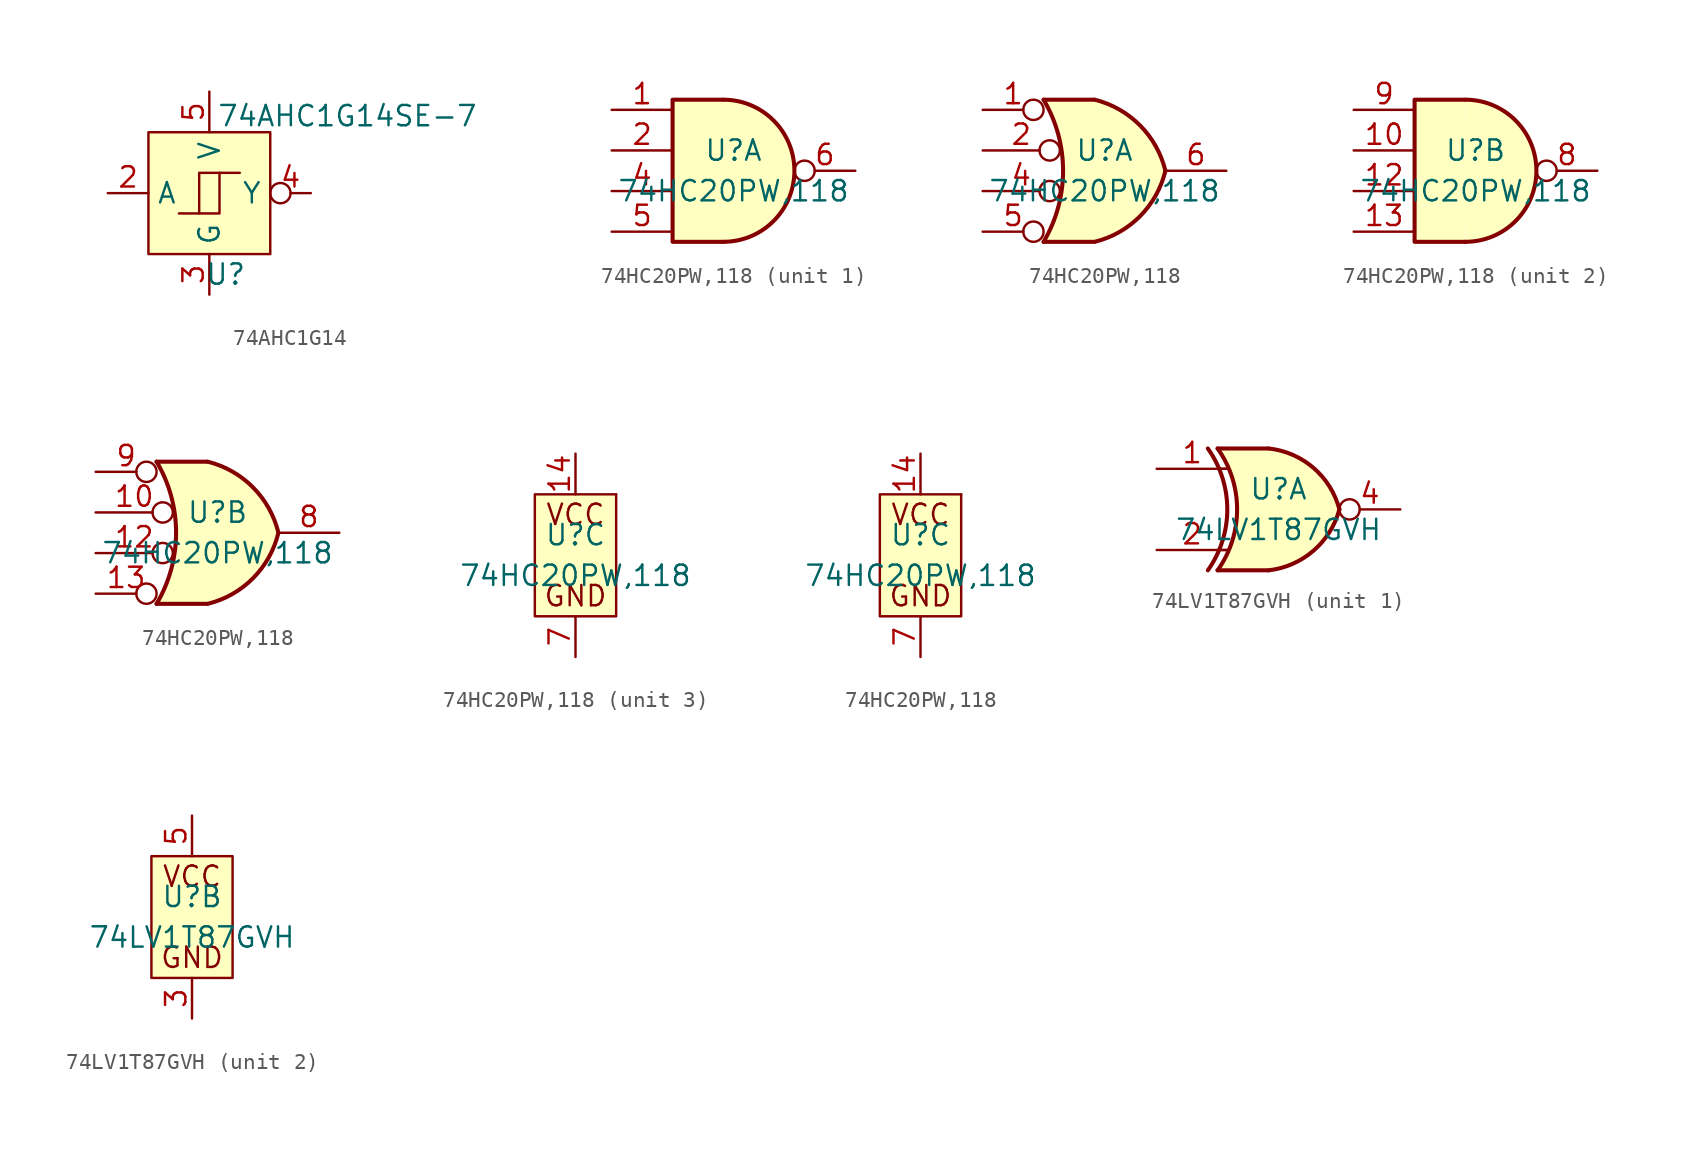
<source format=kicad_sym>
(kicad_symbol_lib
  (version 20231120)
  (generator "kicad_symbol_editor")
  (generator_version "8.0")
  (symbol "74AHC1G14"
    (property "Reference" "U"
      (at 1.016 -5.08 0)
      (effects (font (size 1.27 1.27))))
    (property "Value" "74AHC1G14SE-7"
      (at 8.636 4.826 0)
      (effects (font (size 1.27 1.27))))
    (symbol "74AHC1G14_1_1"
      (rectangle (start -3.81 3.81) (end 3.81 -3.81) (stroke (width 0) (type default)) (fill (type background)))
      (polyline (pts (xy -0.635 -1.27) (xy -1.905 -1.27)) (stroke (width 0) (type default)) (fill (type none)))
      (polyline (pts (xy 1.905 1.27) (xy 0.635 1.27)) (stroke (width 0) (type default)) (fill (type none)))
      (polyline (pts (xy -0.635 1.27) (xy 0.635 1.27) (xy 0.635 -1.27) (xy -0.635 -1.27) (xy -0.635 1.27) (xy 0.635 1.27) (xy 0.635 -1.27)) (stroke (width 0) (type default)) (fill (type none)))
      (pin input line (at -6.35 0 0) (length 2.54) (name "A" (effects (font (size 1.27 1.27)))) (number "2" (effects (font (size 1.27 1.27)))))
      (pin power_in line (at 0 -6.35 90) (length 2.54) (name "G" (effects (font (size 1.27 1.27)))) (number "3" (effects (font (size 1.27 1.27)))))
      (pin output inverted (at 6.35 0 180) (length 2.54) (name "Y" (effects (font (size 1.27 1.27)))) (number "4" (effects (font (size 1.27 1.27)))))
      (pin power_in line (at 0 6.35 270) (length 2.54) (name "V" (effects (font (size 1.27 1.27)))) (number "5" (effects (font (size 1.27 1.27)))))))
  (symbol "74HC20PW,118"
    (pin_names
      (offset 1.016))
    (property "Reference" "U"
      (at 0 1.27 0)
      (effects (font (size 1.27 1.27))))
    (property "Value" "74HC20PW,118"
      (at 0 -1.27 0)
      (effects (font (size 1.27 1.27))))
    (property "ki_locked" ""
      (at 0 0 0)
      (effects (font (size 1.27 1.27))))
    (symbol "74HC20PW,118_1_1"
      (arc (start -0.635 -4.445) (mid 3.7907 0) (end -0.635 4.445) (stroke (width 0.254) (type default)) (fill (type background)))
      (polyline (pts (xy -0.635 4.445) (xy -3.81 4.445) (xy -3.81 -4.445) (xy -0.635 -4.445)) (stroke (width 0.254) (type default)) (fill (type background)))
      (pin input line (at -7.62 3.81 0) (length 3.81) (name "~" (effects (font (size 1.27 1.27)))) (number "1" (effects (font (size 1.27 1.27)))))
      (pin input line (at -7.62 1.27 0) (length 3.81) (name "~" (effects (font (size 1.27 1.27)))) (number "2" (effects (font (size 1.27 1.27)))))
      (pin input line (at -7.62 -1.27 0) (length 3.81) (name "~" (effects (font (size 1.27 1.27)))) (number "4" (effects (font (size 1.27 1.27)))))
      (pin input line (at -7.62 -3.81 0) (length 3.81) (name "~" (effects (font (size 1.27 1.27)))) (number "5" (effects (font (size 1.27 1.27)))))
      (pin output inverted (at 7.62 0 180) (length 3.81) (name "~" (effects (font (size 1.27 1.27)))) (number "6" (effects (font (size 1.27 1.27))))))
    (symbol "74HC20PW,118_1_2"
      (arc (start -3.81 -4.445) (mid -2.5908 0) (end -3.81 4.445) (stroke (width 0.254) (type default)) (fill (type none)))
      (arc (start -0.6096 -4.445) (mid 2.2246 -2.8422) (end 3.81 0) (stroke (width 0.254) (type default)) (fill (type background)))
      (polyline (pts (xy -3.81 -4.445) (xy -0.635 -4.445)) (stroke (width 0.254) (type default)) (fill (type background)))
      (polyline (pts (xy -3.81 4.445) (xy -0.635 4.445)) (stroke (width 0.254) (type default)) (fill (type background)))
      (polyline (pts (xy -0.635 4.445) (xy -3.81 4.445) (xy -3.81 4.445) (xy -3.632 4.089) (xy -3.099 2.921) (xy -2.769 1.676) (xy -2.616 0.432) (xy -2.642 -0.864) (xy -2.87 -2.108) (xy -3.251 -3.327) (xy -3.81 -4.445) (xy -3.81 -4.445) (xy -0.635 -4.445)) (stroke (width -25.4) (type default)) (fill (type background)))
      (arc (start 3.81 0) (mid 2.2204 2.8379) (end -0.6096 4.445) (stroke (width 0.254) (type default)) (fill (type background)))
      (pin input inverted (at -7.62 3.81 0) (length 3.81) (name "~" (effects (font (size 1.27 1.27)))) (number "1" (effects (font (size 1.27 1.27)))))
      (pin input inverted (at -7.62 1.27 0) (length 4.826) (name "~" (effects (font (size 1.27 1.27)))) (number "2" (effects (font (size 1.27 1.27)))))
      (pin input inverted (at -7.62 -1.27 0) (length 4.826) (name "~" (effects (font (size 1.27 1.27)))) (number "4" (effects (font (size 1.27 1.27)))))
      (pin input inverted (at -7.62 -3.81 0) (length 3.81) (name "~" (effects (font (size 1.27 1.27)))) (number "5" (effects (font (size 1.27 1.27)))))
      (pin output line (at 7.62 0 180) (length 3.81) (name "~" (effects (font (size 1.27 1.27)))) (number "6" (effects (font (size 1.27 1.27))))))
    (symbol "74HC20PW,118_2_1"
      (arc (start -0.635 -4.445) (mid 3.7907 0) (end -0.635 4.445) (stroke (width 0.254) (type default)) (fill (type background)))
      (polyline (pts (xy -0.635 4.445) (xy -3.81 4.445) (xy -3.81 -4.445) (xy -0.635 -4.445)) (stroke (width 0.254) (type default)) (fill (type background)))
      (pin input line (at -7.62 1.27 0) (length 3.81) (name "~" (effects (font (size 1.27 1.27)))) (number "10" (effects (font (size 1.27 1.27)))))
      (pin input line (at -7.62 -1.27 0) (length 3.81) (name "~" (effects (font (size 1.27 1.27)))) (number "12" (effects (font (size 1.27 1.27)))))
      (pin input line (at -7.62 -3.81 0) (length 3.81) (name "~" (effects (font (size 1.27 1.27)))) (number "13" (effects (font (size 1.27 1.27)))))
      (pin output inverted (at 7.62 0 180) (length 3.81) (name "~" (effects (font (size 1.27 1.27)))) (number "8" (effects (font (size 1.27 1.27)))))
      (pin input line (at -7.62 3.81 0) (length 3.81) (name "~" (effects (font (size 1.27 1.27)))) (number "9" (effects (font (size 1.27 1.27))))))
    (symbol "74HC20PW,118_2_2"
      (arc (start -3.81 -4.445) (mid -2.5908 0) (end -3.81 4.445) (stroke (width 0.254) (type default)) (fill (type none)))
      (arc (start -0.6096 -4.445) (mid 2.2246 -2.8422) (end 3.81 0) (stroke (width 0.254) (type default)) (fill (type background)))
      (polyline (pts (xy -3.81 -4.445) (xy -0.635 -4.445)) (stroke (width 0.254) (type default)) (fill (type background)))
      (polyline (pts (xy -3.81 4.445) (xy -0.635 4.445)) (stroke (width 0.254) (type default)) (fill (type background)))
      (polyline (pts (xy -0.635 4.445) (xy -3.81 4.445) (xy -3.81 4.445) (xy -3.632 4.089) (xy -3.099 2.921) (xy -2.769 1.676) (xy -2.616 0.432) (xy -2.642 -0.864) (xy -2.87 -2.108) (xy -3.251 -3.327) (xy -3.81 -4.445) (xy -3.81 -4.445) (xy -0.635 -4.445)) (stroke (width -25.4) (type default)) (fill (type background)))
      (arc (start 3.81 0) (mid 2.2204 2.8379) (end -0.6096 4.445) (stroke (width 0.254) (type default)) (fill (type background)))
      (pin input inverted (at -7.62 1.27 0) (length 4.826) (name "~" (effects (font (size 1.27 1.27)))) (number "10" (effects (font (size 1.27 1.27)))))
      (pin input inverted (at -7.62 -1.27 0) (length 4.826) (name "~" (effects (font (size 1.27 1.27)))) (number "12" (effects (font (size 1.27 1.27)))))
      (pin input inverted (at -7.62 -3.81 0) (length 3.81) (name "~" (effects (font (size 1.27 1.27)))) (number "13" (effects (font (size 1.27 1.27)))))
      (pin output line (at 7.62 0 180) (length 3.81) (name "~" (effects (font (size 1.27 1.27)))) (number "8" (effects (font (size 1.27 1.27)))))
      (pin input inverted (at -7.62 3.81 0) (length 3.81) (name "~" (effects (font (size 1.27 1.27)))) (number "9" (effects (font (size 1.27 1.27))))))
    (symbol "74HC20PW,118_3_1"
      (rectangle (start -2.54 -3.81) (end 2.54 3.81) (stroke (width 0) (type default)) (fill (type background)))
      (rectangle (start 2.54 3.81) (end 2.54 3.81) (stroke (width 0) (type default)) (fill (type none)))
      (text "GND" (at 0 -2.54 0) (effects (font (size 1.27 1.27))))
      (text "VCC" (at 0 2.54 0) (effects (font (size 1.27 1.27))))
      (pin power_in line (at 0 6.35 270) (length 2.54) (name "~" (effects (font (size 1.27 1.27)))) (number "14" (effects (font (size 1.27 1.27)))))
      (pin power_in line (at 0 -6.35 90) (length 2.54) (name "~" (effects (font (size 1.27 1.27)))) (number "7" (effects (font (size 1.27 1.27))))))
    (symbol "74HC20PW,118_3_2"
      (rectangle (start -2.54 -3.81) (end 2.54 3.81) (stroke (width 0) (type default)) (fill (type background)))
      (rectangle (start 2.54 3.81) (end 2.54 3.81) (stroke (width 0) (type default)) (fill (type none)))
      (text "GND" (at 0 -2.54 0) (effects (font (size 1.27 1.27))))
      (text "VCC" (at 0 2.54 0) (effects (font (size 1.27 1.27))))
      (pin power_in line (at 0 6.35 270) (length 2.54) (name "~" (effects (font (size 1.27 1.27)))) (number "14" (effects (font (size 1.27 1.27)))))
      (pin power_in line (at 0 -6.35 90) (length 2.54) (name "~" (effects (font (size 1.27 1.27)))) (number "7" (effects (font (size 1.27 1.27)))))))
  (symbol "74LV1T87GVH"
    (pin_names
      (offset 1.016))
    (property "Reference" "U"
      (at 0 1.27 0)
      (effects (font (size 1.27 1.27))))
    (property "Value" "74LV1T87GVH"
      (at 0 -1.27 0)
      (effects (font (size 1.27 1.27))))
    (property "ki_locked" ""
      (at 0 0 0)
      (effects (font (size 1.27 1.27))))
    (symbol "74LV1T87GVH_1_0"
      (arc (start -4.4196 -3.81) (mid -3.2033 0) (end -4.4196 3.81) (stroke (width 0.254) (type default)) (fill (type none)))
      (arc (start -3.81 -3.81) (mid -2.589 0) (end -3.81 3.81) (stroke (width 0.254) (type default)) (fill (type none)))
      (arc (start -0.6096 -3.81) (mid 2.1842 -2.5851) (end 3.81 0) (stroke (width 0.254) (type default)) (fill (type background)))
      (polyline (pts (xy -3.81 -3.81) (xy -0.635 -3.81)) (stroke (width 0.254) (type default)) (fill (type background)))
      (polyline (pts (xy -3.81 3.81) (xy -0.635 3.81)) (stroke (width 0.254) (type default)) (fill (type background)))
      (polyline (pts (xy -0.635 3.81) (xy -3.81 3.81) (xy -3.81 3.81) (xy -3.556 3.404) (xy -3.023 2.261) (xy -2.692 1.041) (xy -2.616 -0.254) (xy -2.769 -1.499) (xy -3.175 -2.718) (xy -3.81 -3.81) (xy -3.81 -3.81) (xy -0.635 -3.81)) (stroke (width -25.4) (type default)) (fill (type background)))
      (arc (start 3.81 0) (mid 2.1915 2.5936) (end -0.6096 3.81) (stroke (width 0.254) (type default)) (fill (type background)))
      (pin input line (at -7.62 2.54 0) (length 4.445) (name "~" (effects (font (size 1.27 1.27)))) (number "1" (effects (font (size 1.27 1.27)))))
      (pin input line (at -7.62 -2.54 0) (length 4.445) (name "~" (effects (font (size 1.27 1.27)))) (number "2" (effects (font (size 1.27 1.27)))))
      (pin output inverted (at 7.62 0 180) (length 3.81) (name "~" (effects (font (size 1.27 1.27)))) (number "4" (effects (font (size 1.27 1.27))))))
    (symbol "74LV1T87GVH_1_1"
      (polyline (pts (xy -3.81 -2.54) (xy -3.175 -2.54)) (stroke (width 0.152) (type default)) (fill (type none)))
      (polyline (pts (xy -3.81 2.54) (xy -3.175 2.54)) (stroke (width 0.152) (type default)) (fill (type none))))
    (symbol "74LV1T87GVH_2_0"
      (text "GND" (at 0 -2.54 0) (effects (font (size 1.27 1.27))))
      (text "VCC" (at 0 2.54 0) (effects (font (size 1.27 1.27)))))
    (symbol "74LV1T87GVH_2_1"
      (rectangle (start -2.54 3.81) (end 2.54 -3.81) (stroke (width 0) (type default)) (fill (type background)))
      (pin input line (at 0 -6.35 90) (length 2.54) (name "~" (effects (font (size 1.27 1.27)))) (number "3" (effects (font (size 1.27 1.27)))))
      (pin input line (at 0 6.35 270) (length 2.54) (name "~" (effects (font (size 1.27 1.27)))) (number "5" (effects (font (size 1.27 1.27))))))))
</source>
